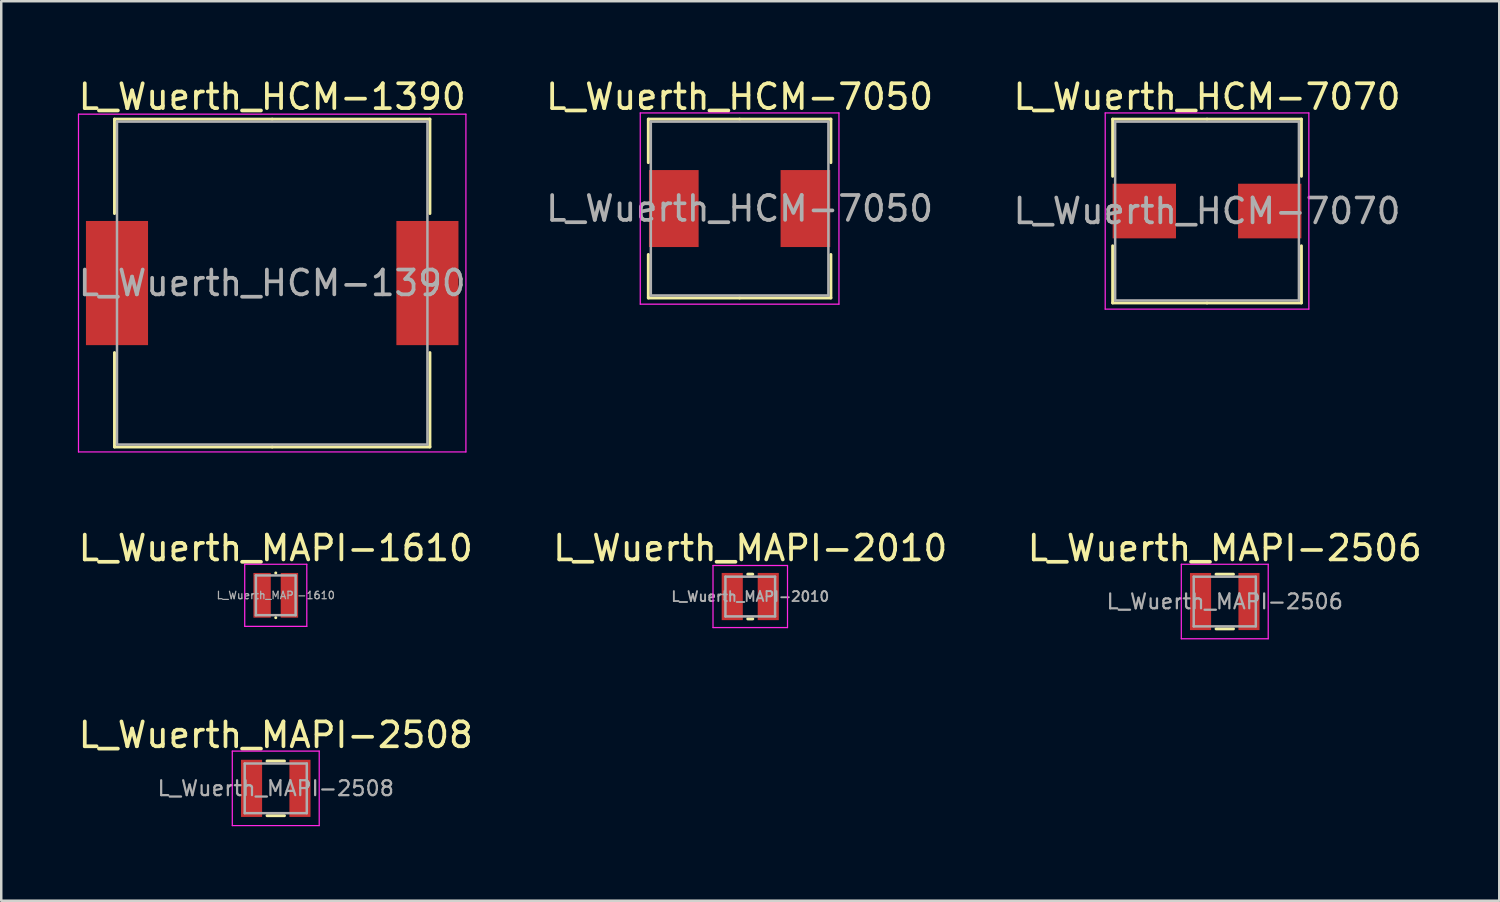
<source format=kicad_pcb>
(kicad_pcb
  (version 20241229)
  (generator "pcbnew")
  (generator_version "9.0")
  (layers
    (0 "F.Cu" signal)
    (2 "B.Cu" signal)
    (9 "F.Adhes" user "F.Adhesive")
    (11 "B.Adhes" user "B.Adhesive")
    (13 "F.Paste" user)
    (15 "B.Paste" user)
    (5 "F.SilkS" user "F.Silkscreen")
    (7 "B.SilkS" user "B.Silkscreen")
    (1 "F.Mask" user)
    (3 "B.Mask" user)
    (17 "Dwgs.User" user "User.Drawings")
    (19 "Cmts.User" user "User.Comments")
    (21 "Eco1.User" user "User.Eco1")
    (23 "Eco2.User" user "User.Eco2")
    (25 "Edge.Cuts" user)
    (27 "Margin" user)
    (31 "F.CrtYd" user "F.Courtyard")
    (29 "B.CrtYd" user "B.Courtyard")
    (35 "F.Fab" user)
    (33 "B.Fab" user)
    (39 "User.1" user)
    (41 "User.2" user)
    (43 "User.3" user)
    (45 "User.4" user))
  (footprint "L_Wuerth_HCM-1390"
    (layer "F.Cu")
    (at 7.911 8.348)
    (property "Reference" "L_Wuerth_HCM-1390" (at 0 -7.5 0) (layer "F.SilkS") (effects (font (size 1 1) (thickness 0.15))))
    (attr smd)
    (fp_line (start -6.35 -6.6) (end 0 -6.6) (stroke (width 0.12) (type solid)) (layer "F.SilkS"))
    (fp_line (start -6.35 -2.8) (end -6.35 -6.6) (stroke (width 0.12) (type solid)) (layer "F.SilkS"))
    (fp_line (start -6.35 2.8) (end -6.35 6.6) (stroke (width 0.12) (type solid)) (layer "F.SilkS"))
    (fp_line (start -6.35 6.6) (end 0 6.6) (stroke (width 0.12) (type solid)) (layer "F.SilkS"))
    (fp_line (start 6.35 -6.6) (end 0 -6.6) (stroke (width 0.12) (type solid)) (layer "F.SilkS"))
    (fp_line (start 6.35 -2.8) (end 6.35 -6.6) (stroke (width 0.12) (type solid)) (layer "F.SilkS"))
    (fp_line (start 6.35 2.8) (end 6.35 6.6) (stroke (width 0.12) (type solid)) (layer "F.SilkS"))
    (fp_line (start 6.35 6.6) (end 0 6.6) (stroke (width 0.12) (type solid)) (layer "F.SilkS"))
    (fp_line (start -7.8 -6.8) (end -7.8 6.8) (stroke (width 0.05) (type solid)) (layer "F.CrtYd"))
    (fp_line (start -7.8 6.8) (end 7.8 6.8) (stroke (width 0.05) (type solid)) (layer "F.CrtYd"))
    (fp_line (start 7.8 -6.8) (end -7.8 -6.8) (stroke (width 0.05) (type solid)) (layer "F.CrtYd"))
    (fp_line (start 7.8 6.8) (end 7.8 -6.8) (stroke (width 0.05) (type solid)) (layer "F.CrtYd"))
    (fp_line (start -6.25 -6.5) (end -6.25 6.5) (stroke (width 0.1) (type solid)) (layer "F.Fab"))
    (fp_line (start -6.25 6.5) (end 6.25 6.5) (stroke (width 0.1) (type solid)) (layer "F.Fab"))
    (fp_line (start 6.25 -6.5) (end -6.25 -6.5) (stroke (width 0.1) (type solid)) (layer "F.Fab"))
    (fp_line (start 6.25 6.5) (end 6.25 -6.5) (stroke (width 0.1) (type solid)) (layer "F.Fab"))
    (fp_text user "${REFERENCE}" (at 0 0 0) (layer "F.Fab") (effects (font (size 1 1) (thickness 0.15))))
    (pad "1" smd rect (at -6.25 0) (size 2.5 5) (layers "F.Cu" "F.Mask" "F.Paste"))
    (pad "2" smd rect (at 6.25 0) (size 2.5 5) (layers "F.Cu" "F.Mask" "F.Paste")))
  (footprint "L_Wuerth_HCM-7050"
    (layer "F.Cu")
    (at 26.732 5.348)
    (property "Reference" "L_Wuerth_HCM-7050" (at 0 -4.5 0) (layer "F.SilkS") (effects (font (size 1 1) (thickness 0.15))))
    (attr smd)
    (fp_line (start -3.675 -3.6) (end 0 -3.6) (stroke (width 0.12) (type solid)) (layer "F.SilkS"))
    (fp_line (start -3.675 -1.85) (end -3.675 -3.6) (stroke (width 0.12) (type solid)) (layer "F.SilkS"))
    (fp_line (start -3.675 1.85) (end -3.675 3.6) (stroke (width 0.12) (type solid)) (layer "F.SilkS"))
    (fp_line (start -3.675 3.6) (end 0 3.6) (stroke (width 0.12) (type solid)) (layer "F.SilkS"))
    (fp_line (start 3.675 -3.6) (end 0 -3.6) (stroke (width 0.12) (type solid)) (layer "F.SilkS"))
    (fp_line (start 3.675 -1.85) (end 3.675 -3.6) (stroke (width 0.12) (type solid)) (layer "F.SilkS"))
    (fp_line (start 3.675 1.85) (end 3.675 3.6) (stroke (width 0.12) (type solid)) (layer "F.SilkS"))
    (fp_line (start 3.675 3.6) (end 0 3.6) (stroke (width 0.12) (type solid)) (layer "F.SilkS"))
    (fp_line (start -4 -3.85) (end -4 3.85) (stroke (width 0.05) (type solid)) (layer "F.CrtYd"))
    (fp_line (start -4 3.85) (end 4 3.85) (stroke (width 0.05) (type solid)) (layer "F.CrtYd"))
    (fp_line (start 4 -3.85) (end -4 -3.85) (stroke (width 0.05) (type solid)) (layer "F.CrtYd"))
    (fp_line (start 4 3.85) (end 4 -3.85) (stroke (width 0.05) (type solid)) (layer "F.CrtYd"))
    (fp_line (start -3.575 -3.5) (end -3.575 3.5) (stroke (width 0.1) (type solid)) (layer "F.Fab"))
    (fp_line (start -3.575 3.5) (end 3.575 3.5) (stroke (width 0.1) (type solid)) (layer "F.Fab"))
    (fp_line (start 3.575 -3.5) (end -3.575 -3.5) (stroke (width 0.1) (type solid)) (layer "F.Fab"))
    (fp_line (start 3.575 3.5) (end 3.575 -3.5) (stroke (width 0.1) (type solid)) (layer "F.Fab"))
    (fp_text user "${REFERENCE}" (at 0 0 0) (layer "F.Fab") (effects (font (size 1 1) (thickness 0.15))))
    (pad "1" smd rect (at -2.65 0) (size 2 3.1) (layers "F.Cu" "F.Mask" "F.Paste"))
    (pad "2" smd rect (at 2.65 0) (size 2 3.1) (layers "F.Cu" "F.Mask" "F.Paste")))
  (footprint "L_Wuerth_MAPI-2010"
    (layer "F.Cu")
    (at 27.161 20.971)
    (property "Reference" "L_Wuerth_MAPI-2010" (at 0 -1.95 0) (layer "F.SilkS") (effects (font (size 1 1) (thickness 0.15))))
    (attr smd)
    (fp_line (start -0.1 -0.9) (end 0.1 -0.9) (stroke (width 0.12) (type solid)) (layer "F.SilkS"))
    (fp_line (start -0.1 0.9) (end 0.1 0.9) (stroke (width 0.12) (type solid)) (layer "F.SilkS"))
    (fp_line (start -1.5 -1.25) (end -1.5 1.25) (stroke (width 0.05) (type solid)) (layer "F.CrtYd"))
    (fp_line (start -1.5 1.25) (end 1.5 1.25) (stroke (width 0.05) (type solid)) (layer "F.CrtYd"))
    (fp_line (start 1.5 -1.25) (end -1.5 -1.25) (stroke (width 0.05) (type solid)) (layer "F.CrtYd"))
    (fp_line (start 1.5 1.25) (end 1.5 -1.25) (stroke (width 0.05) (type solid)) (layer "F.CrtYd"))
    (fp_line (start -1 -0.8) (end -1 0.8) (stroke (width 0.1) (type solid)) (layer "F.Fab"))
    (fp_line (start -1 0.8) (end 1 0.8) (stroke (width 0.1) (type solid)) (layer "F.Fab"))
    (fp_line (start 1 -0.8) (end -1 -0.8) (stroke (width 0.1) (type solid)) (layer "F.Fab"))
    (fp_line (start 1 0.8) (end 1 -0.8) (stroke (width 0.1) (type solid)) (layer "F.Fab"))
    (fp_text user "${REFERENCE}" (at 0 0 0) (layer "F.Fab") (effects (font (size 0.4 0.4) (thickness 0.075))))
    (pad "1" smd rect (at -0.725 0) (size 0.85 1.9) (layers "F.Cu" "F.Mask" "F.Paste"))
    (pad "2" smd rect (at 0.725 0) (size 0.85 1.9) (layers "F.Cu" "F.Mask" "F.Paste")))
  (footprint "L_Wuerth_MAPI-2508"
    (layer "F.Cu")
    (at 8.054 28.695)
    (property "Reference" "L_Wuerth_MAPI-2508" (at 0 -2.15 0) (layer "F.SilkS") (effects (font (size 1 1) (thickness 0.15))))
    (attr smd)
    (fp_line (start -0.35 -1.1) (end 0.35 -1.1) (stroke (width 0.12) (type solid)) (layer "F.SilkS"))
    (fp_line (start -0.35 1.1) (end 0.35 1.1) (stroke (width 0.12) (type solid)) (layer "F.SilkS"))
    (fp_line (start -1.75 -1.5) (end -1.75 1.5) (stroke (width 0.05) (type solid)) (layer "F.CrtYd"))
    (fp_line (start -1.75 1.5) (end 1.75 1.5) (stroke (width 0.05) (type solid)) (layer "F.CrtYd"))
    (fp_line (start 1.75 -1.5) (end -1.75 -1.5) (stroke (width 0.05) (type solid)) (layer "F.CrtYd"))
    (fp_line (start 1.75 1.5) (end 1.75 -1.5) (stroke (width 0.05) (type solid)) (layer "F.CrtYd"))
    (fp_line (start -1.25 -1) (end -1.25 1) (stroke (width 0.1) (type solid)) (layer "F.Fab"))
    (fp_line (start -1.25 1) (end 1.25 1) (stroke (width 0.1) (type solid)) (layer "F.Fab"))
    (fp_line (start 1.25 -1) (end -1.25 -1) (stroke (width 0.1) (type solid)) (layer "F.Fab"))
    (fp_line (start 1.25 1) (end 1.25 -1) (stroke (width 0.1) (type solid)) (layer "F.Fab"))
    (fp_text user "${REFERENCE}" (at 0 0 0) (layer "F.Fab") (effects (font (size 0.6 0.6) (thickness 0.09))))
    (pad "1" smd rect (at -0.975 0) (size 0.85 2.3) (layers "F.Cu" "F.Mask" "F.Paste"))
    (pad "2" smd rect (at 0.975 0) (size 0.85 2.3) (layers "F.Cu" "F.Mask" "F.Paste")))
  (footprint "L_Wuerth_MAPI-1610"
    (layer "F.Cu")
    (at 8.054 20.922)
    (property "Reference" "L_Wuerth_MAPI-1610" (at 0 -1.9 0) (layer "F.SilkS") (effects (font (size 1 1) (thickness 0.15))))
    (attr smd)
    (fp_line (start 0 -0.9) (end 0 -0.9) (stroke (width 0.12) (type solid)) (layer "F.SilkS"))
    (fp_line (start 0 0.9) (end 0 0.9) (stroke (width 0.12) (type solid)) (layer "F.SilkS"))
    (fp_line (start -1.25 -1.25) (end -1.25 1.25) (stroke (width 0.05) (type solid)) (layer "F.CrtYd"))
    (fp_line (start -1.25 1.25) (end 1.25 1.25) (stroke (width 0.05) (type solid)) (layer "F.CrtYd"))
    (fp_line (start 1.25 -1.25) (end -1.25 -1.25) (stroke (width 0.05) (type solid)) (layer "F.CrtYd"))
    (fp_line (start 1.25 1.25) (end 1.25 -1.25) (stroke (width 0.05) (type solid)) (layer "F.CrtYd"))
    (fp_line (start -0.8 -0.8) (end -0.8 0.8) (stroke (width 0.1) (type solid)) (layer "F.Fab"))
    (fp_line (start -0.8 0.8) (end 0.8 0.8) (stroke (width 0.1) (type solid)) (layer "F.Fab"))
    (fp_line (start 0.8 -0.8) (end -0.8 -0.8) (stroke (width 0.1) (type solid)) (layer "F.Fab"))
    (fp_line (start 0.8 0.8) (end 0.8 -0.8) (stroke (width 0.1) (type solid)) (layer "F.Fab"))
    (fp_text user "${REFERENCE}" (at 0 0 0) (layer "F.Fab") (effects (font (size 0.3 0.3) (thickness 0.05))))
    (pad "1" smd rect (at -0.55 0) (size 0.7 1.8) (layers "F.Cu" "F.Mask" "F.Paste"))
    (pad "2" smd rect (at 0.55 0) (size 0.7 1.8) (layers "F.Cu" "F.Mask" "F.Paste")))
  (footprint "L_Wuerth_MAPI-2506"
    (layer "F.Cu")
    (at 46.268 21.172)
    (property "Reference" "L_Wuerth_MAPI-2506" (at 0 -2.15 0) (layer "F.SilkS") (effects (font (size 1 1) (thickness 0.15))))
    (attr smd)
    (fp_line (start -0.35 -1.1) (end 0.35 -1.1) (stroke (width 0.12) (type solid)) (layer "F.SilkS"))
    (fp_line (start -0.35 1.1) (end 0.35 1.1) (stroke (width 0.12) (type solid)) (layer "F.SilkS"))
    (fp_line (start -1.75 -1.5) (end -1.75 1.5) (stroke (width 0.05) (type solid)) (layer "F.CrtYd"))
    (fp_line (start -1.75 1.5) (end 1.75 1.5) (stroke (width 0.05) (type solid)) (layer "F.CrtYd"))
    (fp_line (start 1.75 -1.5) (end -1.75 -1.5) (stroke (width 0.05) (type solid)) (layer "F.CrtYd"))
    (fp_line (start 1.75 1.5) (end 1.75 -1.5) (stroke (width 0.05) (type solid)) (layer "F.CrtYd"))
    (fp_line (start -1.25 -1) (end -1.25 1) (stroke (width 0.1) (type solid)) (layer "F.Fab"))
    (fp_line (start -1.25 1) (end 1.25 1) (stroke (width 0.1) (type solid)) (layer "F.Fab"))
    (fp_line (start 1.25 -1) (end -1.25 -1) (stroke (width 0.1) (type solid)) (layer "F.Fab"))
    (fp_line (start 1.25 1) (end 1.25 -1) (stroke (width 0.1) (type solid)) (layer "F.Fab"))
    (fp_text user "${REFERENCE}" (at 0 0 0) (layer "F.Fab") (effects (font (size 0.6 0.6) (thickness 0.09))))
    (pad "1" smd rect (at -0.975 0) (size 0.85 2.3) (layers "F.Cu" "F.Mask" "F.Paste"))
    (pad "2" smd rect (at 0.975 0) (size 0.85 2.3) (layers "F.Cu" "F.Mask" "F.Paste")))
  (footprint "L_Wuerth_HCM-7070"
    (layer "F.Cu")
    (at 45.554 5.448)
    (property "Reference" "L_Wuerth_HCM-7070" (at 0 -4.6 0) (layer "F.SilkS") (effects (font (size 1 1) (thickness 0.15))))
    (attr smd)
    (fp_line (start -3.8 -3.7) (end 0 -3.7) (stroke (width 0.12) (type solid)) (layer "F.SilkS"))
    (fp_line (start -3.8 -1.4) (end -3.8 -3.7) (stroke (width 0.12) (type solid)) (layer "F.SilkS"))
    (fp_line (start -3.8 1.4) (end -3.8 3.7) (stroke (width 0.12) (type solid)) (layer "F.SilkS"))
    (fp_line (start -3.8 3.7) (end 0 3.7) (stroke (width 0.12) (type solid)) (layer "F.SilkS"))
    (fp_line (start 3.8 -3.7) (end 0 -3.7) (stroke (width 0.12) (type solid)) (layer "F.SilkS"))
    (fp_line (start 3.8 -1.4) (end 3.8 -3.7) (stroke (width 0.12) (type solid)) (layer "F.SilkS"))
    (fp_line (start 3.8 1.4) (end 3.8 3.7) (stroke (width 0.12) (type solid)) (layer "F.SilkS"))
    (fp_line (start 3.8 3.7) (end 0 3.7) (stroke (width 0.12) (type solid)) (layer "F.SilkS"))
    (fp_line (start -4.1 -3.95) (end -4.1 3.95) (stroke (width 0.05) (type solid)) (layer "F.CrtYd"))
    (fp_line (start -4.1 3.95) (end 4.1 3.95) (stroke (width 0.05) (type solid)) (layer "F.CrtYd"))
    (fp_line (start 4.1 -3.95) (end -4.1 -3.95) (stroke (width 0.05) (type solid)) (layer "F.CrtYd"))
    (fp_line (start 4.1 3.95) (end 4.1 -3.95) (stroke (width 0.05) (type solid)) (layer "F.CrtYd"))
    (fp_line (start -3.7 -3.6) (end -3.7 3.6) (stroke (width 0.1) (type solid)) (layer "F.Fab"))
    (fp_line (start -3.7 3.6) (end 3.7 3.6) (stroke (width 0.1) (type solid)) (layer "F.Fab"))
    (fp_line (start 3.7 -3.6) (end -3.7 -3.6) (stroke (width 0.1) (type solid)) (layer "F.Fab"))
    (fp_line (start 3.7 3.6) (end 3.7 -3.6) (stroke (width 0.1) (type solid)) (layer "F.Fab"))
    (fp_text user "${REFERENCE}" (at 0 0 0) (layer "F.Fab") (effects (font (size 1 1) (thickness 0.15))))
    (pad "1" smd rect (at -2.525 0) (size 2.55 2.2) (layers "F.Cu" "F.Mask" "F.Paste"))
    (pad "2" smd rect (at 2.525 0) (size 2.55 2.2) (layers "F.Cu" "F.Mask" "F.Paste")))
  (gr_rect
    (start -3 -3)
    (end 57.321 33.22)
    (stroke (width 0.1) (type default))
    (fill no)
    (layer "Edge.Cuts")))
</source>
